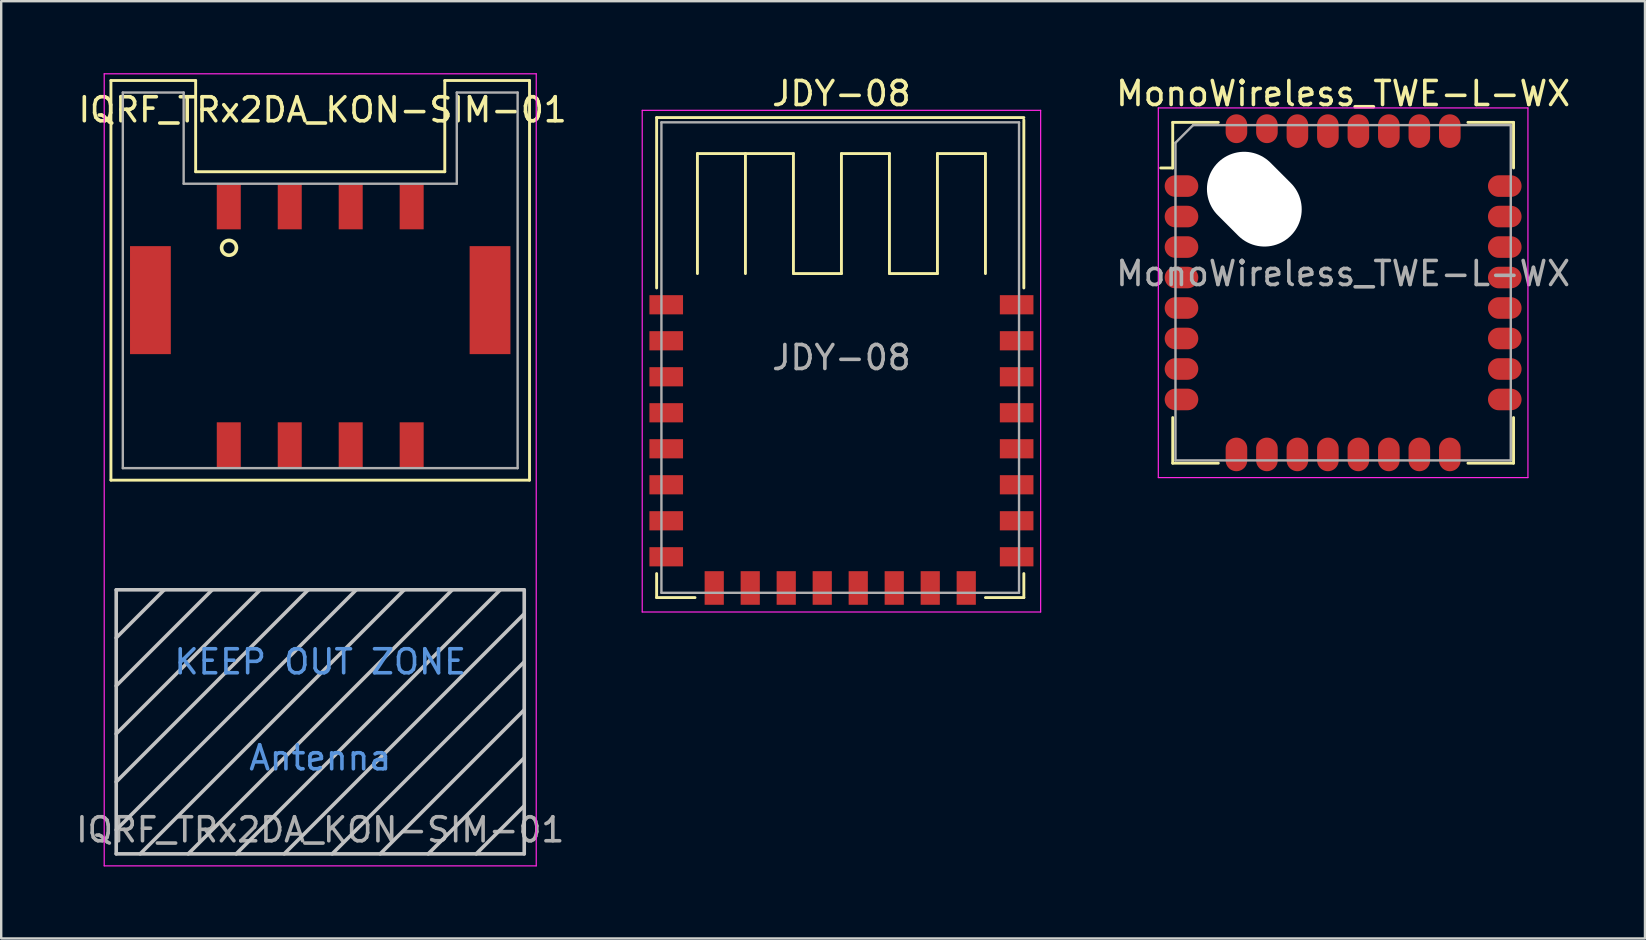
<source format=kicad_pcb>
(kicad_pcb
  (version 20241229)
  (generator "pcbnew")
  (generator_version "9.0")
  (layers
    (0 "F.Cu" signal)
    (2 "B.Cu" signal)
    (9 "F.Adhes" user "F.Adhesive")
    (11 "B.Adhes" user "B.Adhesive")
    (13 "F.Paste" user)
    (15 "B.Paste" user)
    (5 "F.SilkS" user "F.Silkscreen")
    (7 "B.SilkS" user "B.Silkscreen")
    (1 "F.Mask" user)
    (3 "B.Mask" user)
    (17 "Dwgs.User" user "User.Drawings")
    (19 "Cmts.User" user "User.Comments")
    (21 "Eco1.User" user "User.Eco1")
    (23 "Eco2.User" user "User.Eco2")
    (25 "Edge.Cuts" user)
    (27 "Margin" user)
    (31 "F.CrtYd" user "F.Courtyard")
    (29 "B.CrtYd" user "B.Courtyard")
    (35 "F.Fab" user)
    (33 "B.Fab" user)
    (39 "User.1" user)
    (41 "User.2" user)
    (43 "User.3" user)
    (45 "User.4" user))
  (footprint "MonoWireless_TWE-L-WX"
    (layer "F.Cu")
    (at 52.911 9.148)
    (property "Reference" "MonoWireless_TWE-L-WX" (at 0 -8.3 0) (layer "F.SilkS") (effects (font (size 1 1) (thickness 0.15))))
    (attr smd)
    (fp_line (start -7.1 -7.1) (end -7.1 -5.2) (stroke (width 0.12) (type solid)) (layer "F.SilkS"))
    (fp_line (start -7.1 -5.2) (end -7.6 -5.2) (stroke (width 0.12) (type solid)) (layer "F.SilkS"))
    (fp_line (start -7.1 5.2) (end -7.1 7.1) (stroke (width 0.12) (type solid)) (layer "F.SilkS"))
    (fp_line (start -7.1 7.1) (end -5.2 7.1) (stroke (width 0.12) (type solid)) (layer "F.SilkS"))
    (fp_line (start -5.2 -7.1) (end -7.1 -7.1) (stroke (width 0.12) (type solid)) (layer "F.SilkS"))
    (fp_line (start 5.2 -7.1) (end 7.1 -7.1) (stroke (width 0.12) (type solid)) (layer "F.SilkS"))
    (fp_line (start 5.2 7.1) (end 7.1 7.1) (stroke (width 0.12) (type solid)) (layer "F.SilkS"))
    (fp_line (start 7.1 -7.1) (end 7.1 -5.2) (stroke (width 0.12) (type solid)) (layer "F.SilkS"))
    (fp_line (start 7.1 7.1) (end 7.1 5.2) (stroke (width 0.12) (type solid)) (layer "F.SilkS"))
    (fp_line (start -7.7 -7.7) (end -7.7 7.7) (stroke (width 0.05) (type solid)) (layer "F.CrtYd"))
    (fp_line (start -7.7 7.7) (end 7.7 7.7) (stroke (width 0.05) (type solid)) (layer "F.CrtYd"))
    (fp_line (start 7.7 -7.7) (end -7.7 -7.7) (stroke (width 0.05) (type solid)) (layer "F.CrtYd"))
    (fp_line (start 7.7 7.7) (end 7.7 -7.7) (stroke (width 0.05) (type solid)) (layer "F.CrtYd"))
    (fp_line (start -6.985 -6.25) (end -6.985 6.985) (stroke (width 0.1) (type solid)) (layer "F.Fab"))
    (fp_line (start -6.985 6.985) (end 6.985 6.985) (stroke (width 0.1) (type solid)) (layer "F.Fab"))
    (fp_line (start -6.25 -6.985) (end -6.985 -6.25) (stroke (width 0.1) (type solid)) (layer "F.Fab"))
    (fp_line (start 6.985 -6.985) (end -6.25 -6.985) (stroke (width 0.1) (type solid)) (layer "F.Fab"))
    (fp_line (start 6.985 6.985) (end 6.985 -6.985) (stroke (width 0.1) (type solid)) (layer "F.Fab"))
    (fp_text user "${REFERENCE}" (at 0 -0.8 0) (layer "F.Fab") (effects (font (size 1 1) (thickness 0.15))))
    (pad "" np_thru_hole oval (at -3.7 -3.9 315) (size 4.3 3.1) (drill oval 4.3 3.1) (layers "*.Cu" "*.Mask"))
    (pad "1" smd oval (at -6.735 -4.445 90) (size 0.9 1.4) (layers "F.Cu" "F.Mask" "F.Paste"))
    (pad "2" smd oval (at -6.735 -3.175 90) (size 0.9 1.4) (layers "F.Cu" "F.Mask" "F.Paste"))
    (pad "3" smd oval (at -6.735 -1.905 90) (size 0.9 1.4) (layers "F.Cu" "F.Mask" "F.Paste"))
    (pad "4" smd oval (at -6.735 -0.635 90) (size 0.9 1.4) (layers "F.Cu" "F.Mask" "F.Paste"))
    (pad "5" smd oval (at -6.735 0.635 90) (size 0.9 1.4) (layers "F.Cu" "F.Mask" "F.Paste"))
    (pad "6" smd oval (at -6.735 1.905 90) (size 0.9 1.4) (layers "F.Cu" "F.Mask" "F.Paste"))
    (pad "7" smd oval (at -6.735 3.175 90) (size 0.9 1.4) (layers "F.Cu" "F.Mask" "F.Paste"))
    (pad "8" smd oval (at -6.735 4.445 90) (size 0.9 1.4) (layers "F.Cu" "F.Mask" "F.Paste"))
    (pad "9" smd oval (at -4.445 6.735) (size 0.9 1.4) (layers "F.Cu" "F.Mask" "F.Paste"))
    (pad "10" smd oval (at -3.175 6.735) (size 0.9 1.4) (layers "F.Cu" "F.Mask" "F.Paste"))
    (pad "11" smd oval (at -1.905 6.735) (size 0.9 1.4) (layers "F.Cu" "F.Mask" "F.Paste"))
    (pad "12" smd oval (at -0.635 6.735) (size 0.9 1.4) (layers "F.Cu" "F.Mask" "F.Paste"))
    (pad "13" smd oval (at 0.635 6.735) (size 0.9 1.4) (layers "F.Cu" "F.Mask" "F.Paste"))
    (pad "14" smd oval (at 1.905 6.735) (size 0.9 1.4) (layers "F.Cu" "F.Mask" "F.Paste"))
    (pad "15" smd oval (at 3.175 6.735) (size 0.9 1.4) (layers "F.Cu" "F.Mask" "F.Paste"))
    (pad "16" smd oval (at 4.445 6.735) (size 0.9 1.4) (layers "F.Cu" "F.Mask" "F.Paste"))
    (pad "17" smd oval (at 6.735 4.445 90) (size 0.9 1.4) (layers "F.Cu" "F.Mask" "F.Paste"))
    (pad "18" smd oval (at 6.735 3.175 90) (size 0.9 1.4) (layers "F.Cu" "F.Mask" "F.Paste"))
    (pad "19" smd oval (at 6.735 1.905 90) (size 0.9 1.4) (layers "F.Cu" "F.Mask" "F.Paste"))
    (pad "20" smd oval (at 6.735 0.635 90) (size 0.9 1.4) (layers "F.Cu" "F.Mask" "F.Paste"))
    (pad "21" smd oval (at 6.735 -0.635 90) (size 0.9 1.4) (layers "F.Cu" "F.Mask" "F.Paste"))
    (pad "22" smd oval (at 6.735 -1.905 90) (size 0.9 1.4) (layers "F.Cu" "F.Mask" "F.Paste"))
    (pad "23" smd oval (at 6.735 -3.175 90) (size 0.9 1.4) (layers "F.Cu" "F.Mask" "F.Paste"))
    (pad "24" smd oval (at 6.735 -4.445 90) (size 0.9 1.4) (layers "F.Cu" "F.Mask" "F.Paste"))
    (pad "25" smd oval (at 4.445 -6.735) (size 0.9 1.4) (layers "F.Cu" "F.Mask" "F.Paste"))
    (pad "26" smd oval (at 3.175 -6.735) (size 0.9 1.4) (layers "F.Cu" "F.Mask" "F.Paste"))
    (pad "27" smd oval (at 1.905 -6.735) (size 0.9 1.4) (layers "F.Cu" "F.Mask" "F.Paste"))
    (pad "28" smd oval (at 0.635 -6.735) (size 0.9 1.4) (layers "F.Cu" "F.Mask" "F.Paste"))
    (pad "29" smd oval (at -0.635 -6.735) (size 0.9 1.4) (layers "F.Cu" "F.Mask" "F.Paste"))
    (pad "30" smd oval (at -1.905 -6.735) (size 0.9 1.4) (layers "F.Cu" "F.Mask" "F.Paste"))
    (pad "31" smd oval (at -3.175 -6.835) (size 0.9 1.2) (layers "F.Cu" "F.Mask" "F.Paste"))
    (pad "32" smd oval (at -4.445 -6.835) (size 0.9 1.2) (layers "F.Cu" "F.Mask" "F.Paste")))
  (footprint "JDY-08"
    (layer "F.Cu")
    (at 32.008 11.848)
    (property "Reference" "JDY-08" (at 0 -11 0) (layer "F.SilkS") (effects (font (size 1 1) (thickness 0.15))))
    (attr smd)
    (fp_line (start -7.7 -10) (end 7.6 -10) (stroke (width 0.12) (type solid)) (layer "F.SilkS"))
    (fp_line (start -7.7 -2.9) (end -7.7 -10) (stroke (width 0.12) (type solid)) (layer "F.SilkS"))
    (fp_line (start -7.7 9) (end -7.7 10) (stroke (width 0.12) (type solid)) (layer "F.SilkS"))
    (fp_line (start -7.7 10) (end -6.1 10) (stroke (width 0.12) (type solid)) (layer "F.SilkS"))
    (fp_line (start -6 -8.5) (end -6 -3.5) (stroke (width 0.12) (type solid)) (layer "F.SilkS"))
    (fp_line (start -4 -8.5) (end -4 -3.5) (stroke (width 0.12) (type solid)) (layer "F.SilkS"))
    (fp_line (start -2 -8.5) (end -6 -8.5) (stroke (width 0.12) (type solid)) (layer "F.SilkS"))
    (fp_line (start -2 -3.5) (end -2 -8.5) (stroke (width 0.12) (type solid)) (layer "F.SilkS"))
    (fp_line (start 0 -8.5) (end 0 -3.5) (stroke (width 0.12) (type solid)) (layer "F.SilkS"))
    (fp_line (start 0 -3.5) (end -2 -3.5) (stroke (width 0.12) (type solid)) (layer "F.SilkS"))
    (fp_line (start 2 -8.5) (end 0 -8.5) (stroke (width 0.12) (type solid)) (layer "F.SilkS"))
    (fp_line (start 2 -3.5) (end 2 -8.5) (stroke (width 0.12) (type solid)) (layer "F.SilkS"))
    (fp_line (start 4 -8.5) (end 4 -3.5) (stroke (width 0.12) (type solid)) (layer "F.SilkS"))
    (fp_line (start 4 -3.5) (end 2 -3.5) (stroke (width 0.12) (type solid)) (layer "F.SilkS"))
    (fp_line (start 6 -8.5) (end 4 -8.5) (stroke (width 0.12) (type solid)) (layer "F.SilkS"))
    (fp_line (start 6 -3.5) (end 6 -8.5) (stroke (width 0.12) (type solid)) (layer "F.SilkS"))
    (fp_line (start 6 10) (end 7.6 10) (stroke (width 0.12) (type solid)) (layer "F.SilkS"))
    (fp_line (start 7.6 -9.9) (end 7.6 -2.9) (stroke (width 0.12) (type solid)) (layer "F.SilkS"))
    (fp_line (start 7.6 10) (end 7.6 9) (stroke (width 0.12) (type solid)) (layer "F.SilkS"))
    (fp_line (start -8.3 -10.3) (end -8.3 10.6) (stroke (width 0.05) (type solid)) (layer "F.CrtYd"))
    (fp_line (start -8.3 10.6) (end 8.3 10.6) (stroke (width 0.05) (type solid)) (layer "F.CrtYd"))
    (fp_line (start 8.3 -10.3) (end -8.3 -10.3) (stroke (width 0.05) (type solid)) (layer "F.CrtYd"))
    (fp_line (start 8.3 10.6) (end 8.3 -10.3) (stroke (width 0.05) (type solid)) (layer "F.CrtYd"))
    (fp_line (start -7.5 -9.8) (end -7.5 9.8) (stroke (width 0.1) (type solid)) (layer "F.Fab"))
    (fp_line (start -7.5 -9.8) (end 7.4 -9.8) (stroke (width 0.1) (type solid)) (layer "F.Fab"))
    (fp_line (start -7.5 9.8) (end 7.4 9.8) (stroke (width 0.1) (type solid)) (layer "F.Fab"))
    (fp_line (start 7.4 -9.8) (end 7.4 9.8) (stroke (width 0.1) (type solid)) (layer "F.Fab"))
    (fp_text user "${REFERENCE}" (at 0 0 0) (layer "F.Fab") (effects (font (size 1 1) (thickness 0.15))))
    (pad "1" smd rect (at -7.3 -2.2 180) (size 1.4 0.8) (layers "F.Cu" "F.Mask" "F.Paste"))
    (pad "2" smd rect (at -7.3 -0.7 180) (size 1.4 0.8) (layers "F.Cu" "F.Mask" "F.Paste"))
    (pad "3" smd rect (at -7.3 0.8 180) (size 1.4 0.8) (layers "F.Cu" "F.Mask" "F.Paste"))
    (pad "4" smd rect (at -7.3 2.3 180) (size 1.4 0.8) (layers "F.Cu" "F.Mask" "F.Paste"))
    (pad "5" smd rect (at -7.3 3.8 180) (size 1.4 0.8) (layers "F.Cu" "F.Mask" "F.Paste"))
    (pad "6" smd rect (at -7.3 5.3 180) (size 1.4 0.8) (layers "F.Cu" "F.Mask" "F.Paste"))
    (pad "7" smd rect (at -7.3 6.8 180) (size 1.4 0.8) (layers "F.Cu" "F.Mask" "F.Paste"))
    (pad "8" smd rect (at -7.3 8.3 180) (size 1.4 0.8) (layers "F.Cu" "F.Mask" "F.Paste"))
    (pad "9" smd rect (at -5.3 9.6 180) (size 0.8 1.4) (layers "F.Cu" "F.Mask" "F.Paste"))
    (pad "10" smd rect (at -3.8 9.6 180) (size 0.8 1.4) (layers "F.Cu" "F.Mask" "F.Paste"))
    (pad "11" smd rect (at -2.3 9.6 180) (size 0.8 1.4) (layers "F.Cu" "F.Mask" "F.Paste"))
    (pad "12" smd rect (at -0.8 9.6 180) (size 0.8 1.4) (layers "F.Cu" "F.Mask" "F.Paste"))
    (pad "13" smd rect (at 0.7 9.6 180) (size 0.8 1.4) (layers "F.Cu" "F.Mask" "F.Paste"))
    (pad "14" smd rect (at 2.2 9.6 180) (size 0.8 1.4) (layers "F.Cu" "F.Mask" "F.Paste"))
    (pad "15" smd rect (at 3.7 9.6 180) (size 0.8 1.4) (layers "F.Cu" "F.Mask" "F.Paste"))
    (pad "16" smd rect (at 5.2 9.6 180) (size 0.8 1.4) (layers "F.Cu" "F.Mask" "F.Paste"))
    (pad "17" smd rect (at 7.3 8.3 180) (size 1.4 0.8) (layers "F.Cu" "F.Mask" "F.Paste"))
    (pad "18" smd rect (at 7.3 6.8 180) (size 1.4 0.8) (layers "F.Cu" "F.Mask" "F.Paste"))
    (pad "19" smd rect (at 7.3 5.3 180) (size 1.4 0.8) (layers "F.Cu" "F.Mask" "F.Paste"))
    (pad "20" smd rect (at 7.3 3.8 180) (size 1.4 0.8) (layers "F.Cu" "F.Mask" "F.Paste"))
    (pad "21" smd rect (at 7.3 2.3 180) (size 1.4 0.8) (layers "F.Cu" "F.Mask" "F.Paste"))
    (pad "22" smd rect (at 7.3 0.8 180) (size 1.4 0.8) (layers "F.Cu" "F.Mask" "F.Paste"))
    (pad "23" smd rect (at 7.3 -0.7 180) (size 1.4 0.8) (layers "F.Cu" "F.Mask" "F.Paste"))
    (pad "24" smd rect (at 7.3 -2.2 180) (size 1.4 0.8) (layers "F.Cu" "F.Mask" "F.Paste")))
  (footprint "IQRF_TRx2DA_KON-SIM-01"
    (layer "F.Cu")
    (at 10.292 10.525)
    (property "Reference" "IQRF_TRx2DA_KON-SIM-01" (at 0.1 -9 0) (layer "F.SilkS") (effects (font (size 1 1) (thickness 0.15))))
    (attr smd)
    (fp_circle (center -3.8 -3.25) (end -3.49 -3.25) (stroke (width 0.15) (type solid)) (fill no) (layer "F.Mask"))
    (fp_line (start -8.72 -10.22) (end -5.19 -10.22) (stroke (width 0.12) (type solid)) (layer "F.SilkS"))
    (fp_line (start -8.72 6.43) (end -8.72 -10.22) (stroke (width 0.12) (type solid)) (layer "F.SilkS"))
    (fp_line (start -8.72 6.43) (end 8.72 6.43) (stroke (width 0.12) (type solid)) (layer "F.SilkS"))
    (fp_line (start -5.19 -10.22) (end -5.19 -6.42) (stroke (width 0.12) (type solid)) (layer "F.SilkS"))
    (fp_line (start -5.19 -6.42) (end 5.19 -6.42) (stroke (width 0.12) (type solid)) (layer "F.SilkS"))
    (fp_line (start 5.19 -10.22) (end 8.72 -10.22) (stroke (width 0.12) (type solid)) (layer "F.SilkS"))
    (fp_line (start 5.19 -6.42) (end 5.19 -10.22) (stroke (width 0.12) (type solid)) (layer "F.SilkS"))
    (fp_line (start 8.72 6.43) (end 8.72 -10.22) (stroke (width 0.12) (type solid)) (layer "F.SilkS"))
    (fp_circle (center -3.8 -3.25) (end -3.49 -3.25) (stroke (width 0.15) (type solid)) (fill no) (layer "F.SilkS"))
    (fp_line (start -8.5 11) (end 8.5 11) (stroke (width 0.15) (type solid)) (layer "Dwgs.User"))
    (fp_line (start -8.5 13) (end -6.5 11) (stroke (width 0.15) (type solid)) (layer "Dwgs.User"))
    (fp_line (start -8.5 15) (end -4.5 11) (stroke (width 0.15) (type solid)) (layer "Dwgs.User"))
    (fp_line (start -8.5 17) (end -2.5 11) (stroke (width 0.15) (type solid)) (layer "Dwgs.User"))
    (fp_line (start -8.5 19) (end -0.5 11) (stroke (width 0.15) (type solid)) (layer "Dwgs.User"))
    (fp_line (start -8.5 21) (end 1.5 11) (stroke (width 0.15) (type solid)) (layer "Dwgs.User"))
    (fp_line (start -8.5 22) (end -8.5 11) (stroke (width 0.15) (type solid)) (layer "Dwgs.User"))
    (fp_line (start -7.5 22) (end 3.5 11) (stroke (width 0.15) (type solid)) (layer "Dwgs.User"))
    (fp_line (start -5.5 22) (end 5.5 11) (stroke (width 0.15) (type solid)) (layer "Dwgs.User"))
    (fp_line (start -3.5 22) (end 7.5 11) (stroke (width 0.15) (type solid)) (layer "Dwgs.User"))
    (fp_line (start -1.5 22) (end 8.5 12) (stroke (width 0.15) (type solid)) (layer "Dwgs.User"))
    (fp_line (start 0.5 22) (end 8.5 14) (stroke (width 0.15) (type solid)) (layer "Dwgs.User"))
    (fp_line (start 2.5 22) (end 8.5 16) (stroke (width 0.15) (type solid)) (layer "Dwgs.User"))
    (fp_line (start 4.5 22) (end 8.5 18) (stroke (width 0.15) (type solid)) (layer "Dwgs.User"))
    (fp_line (start 6.5 22) (end 8.5 20) (stroke (width 0.15) (type solid)) (layer "Dwgs.User"))
    (fp_line (start 8.5 11) (end 8.5 22) (stroke (width 0.15) (type solid)) (layer "Dwgs.User"))
    (fp_line (start 8.5 22) (end -8.5 22) (stroke (width 0.15) (type solid)) (layer "Dwgs.User"))
    (fp_line (start -9 -10.5) (end 9 -10.5) (stroke (width 0.05) (type solid)) (layer "F.CrtYd"))
    (fp_line (start -9 22.5) (end -9 -10.5) (stroke (width 0.05) (type solid)) (layer "F.CrtYd"))
    (fp_line (start -9 22.5) (end 9 22.5) (stroke (width 0.05) (type solid)) (layer "F.CrtYd"))
    (fp_line (start 9 22.5) (end 9 -10.5) (stroke (width 0.05) (type solid)) (layer "F.CrtYd"))
    (fp_line (start -8.225 -9.72) (end -8.225 5.93) (stroke (width 0.1) (type solid)) (layer "F.Fab"))
    (fp_line (start -8.225 -9.72) (end -5.69 -9.72) (stroke (width 0.1) (type solid)) (layer "F.Fab"))
    (fp_line (start -8.225 5.93) (end 8.225 5.93) (stroke (width 0.1) (type solid)) (layer "F.Fab"))
    (fp_line (start -5.69 -9.72) (end -5.69 -5.92) (stroke (width 0.1) (type solid)) (layer "F.Fab"))
    (fp_line (start -5.69 -5.92) (end 5.69 -5.92) (stroke (width 0.1) (type solid)) (layer "F.Fab"))
    (fp_line (start 5.69 -9.72) (end 5.69 -5.92) (stroke (width 0.1) (type solid)) (layer "F.Fab"))
    (fp_line (start 5.69 -9.72) (end 8.225 -9.72) (stroke (width 0.1) (type solid)) (layer "F.Fab"))
    (fp_line (start 8.225 5.93) (end 8.225 -9.72) (stroke (width 0.1) (type solid)) (layer "F.Fab"))
    (fp_text user "Antenna" (at 0 18 0) (layer "Cmts.User") (effects (font (size 1 1) (thickness 0.15))))
    (fp_text user "KEEP OUT ZONE" (at 0 14 0) (layer "Cmts.User") (effects (font (size 1 1) (thickness 0.15))))
    (fp_text user "${REFERENCE}" (at 0 21 0) (layer "F.Fab") (effects (font (size 1 1) (thickness 0.15))))
    (pad "" smd rect (at -7.075 -1.07) (size 1.7 4.5) (layers "F.Cu" "F.Mask" "F.Paste"))
    (pad "" smd rect (at 7.075 -1.07) (size 1.7 4.5) (layers "F.Cu" "F.Mask" "F.Paste"))
    (pad "C1" smd rect (at -3.81 -4.97) (size 1 1.9) (layers "F.Cu" "F.Mask" "F.Paste"))
    (pad "C2" smd rect (at -1.27 -4.97) (size 1 1.9) (layers "F.Cu" "F.Mask" "F.Paste"))
    (pad "C3" smd rect (at 1.27 -4.97) (size 1 1.9) (layers "F.Cu" "F.Mask" "F.Paste"))
    (pad "C4" smd rect (at 3.81 -4.97) (size 1 1.9) (layers "F.Cu" "F.Mask" "F.Paste"))
    (pad "C5" smd rect (at -3.81 4.97) (size 1 1.9) (layers "F.Cu" "F.Mask" "F.Paste"))
    (pad "C6" smd rect (at -1.27 4.97) (size 1 1.9) (layers "F.Cu" "F.Mask" "F.Paste"))
    (pad "C7" smd rect (at 1.27 4.97) (size 1 1.9) (layers "F.Cu" "F.Mask" "F.Paste"))
    (pad "C8" smd rect (at 3.81 4.97) (size 1 1.9) (layers "F.Cu" "F.Mask" "F.Paste")))
  (gr_rect
    (start -3 -3)
    (end 65.488 36.05)
    (stroke (width 0.1) (type default))
    (fill no)
    (layer "Edge.Cuts")))
</source>
